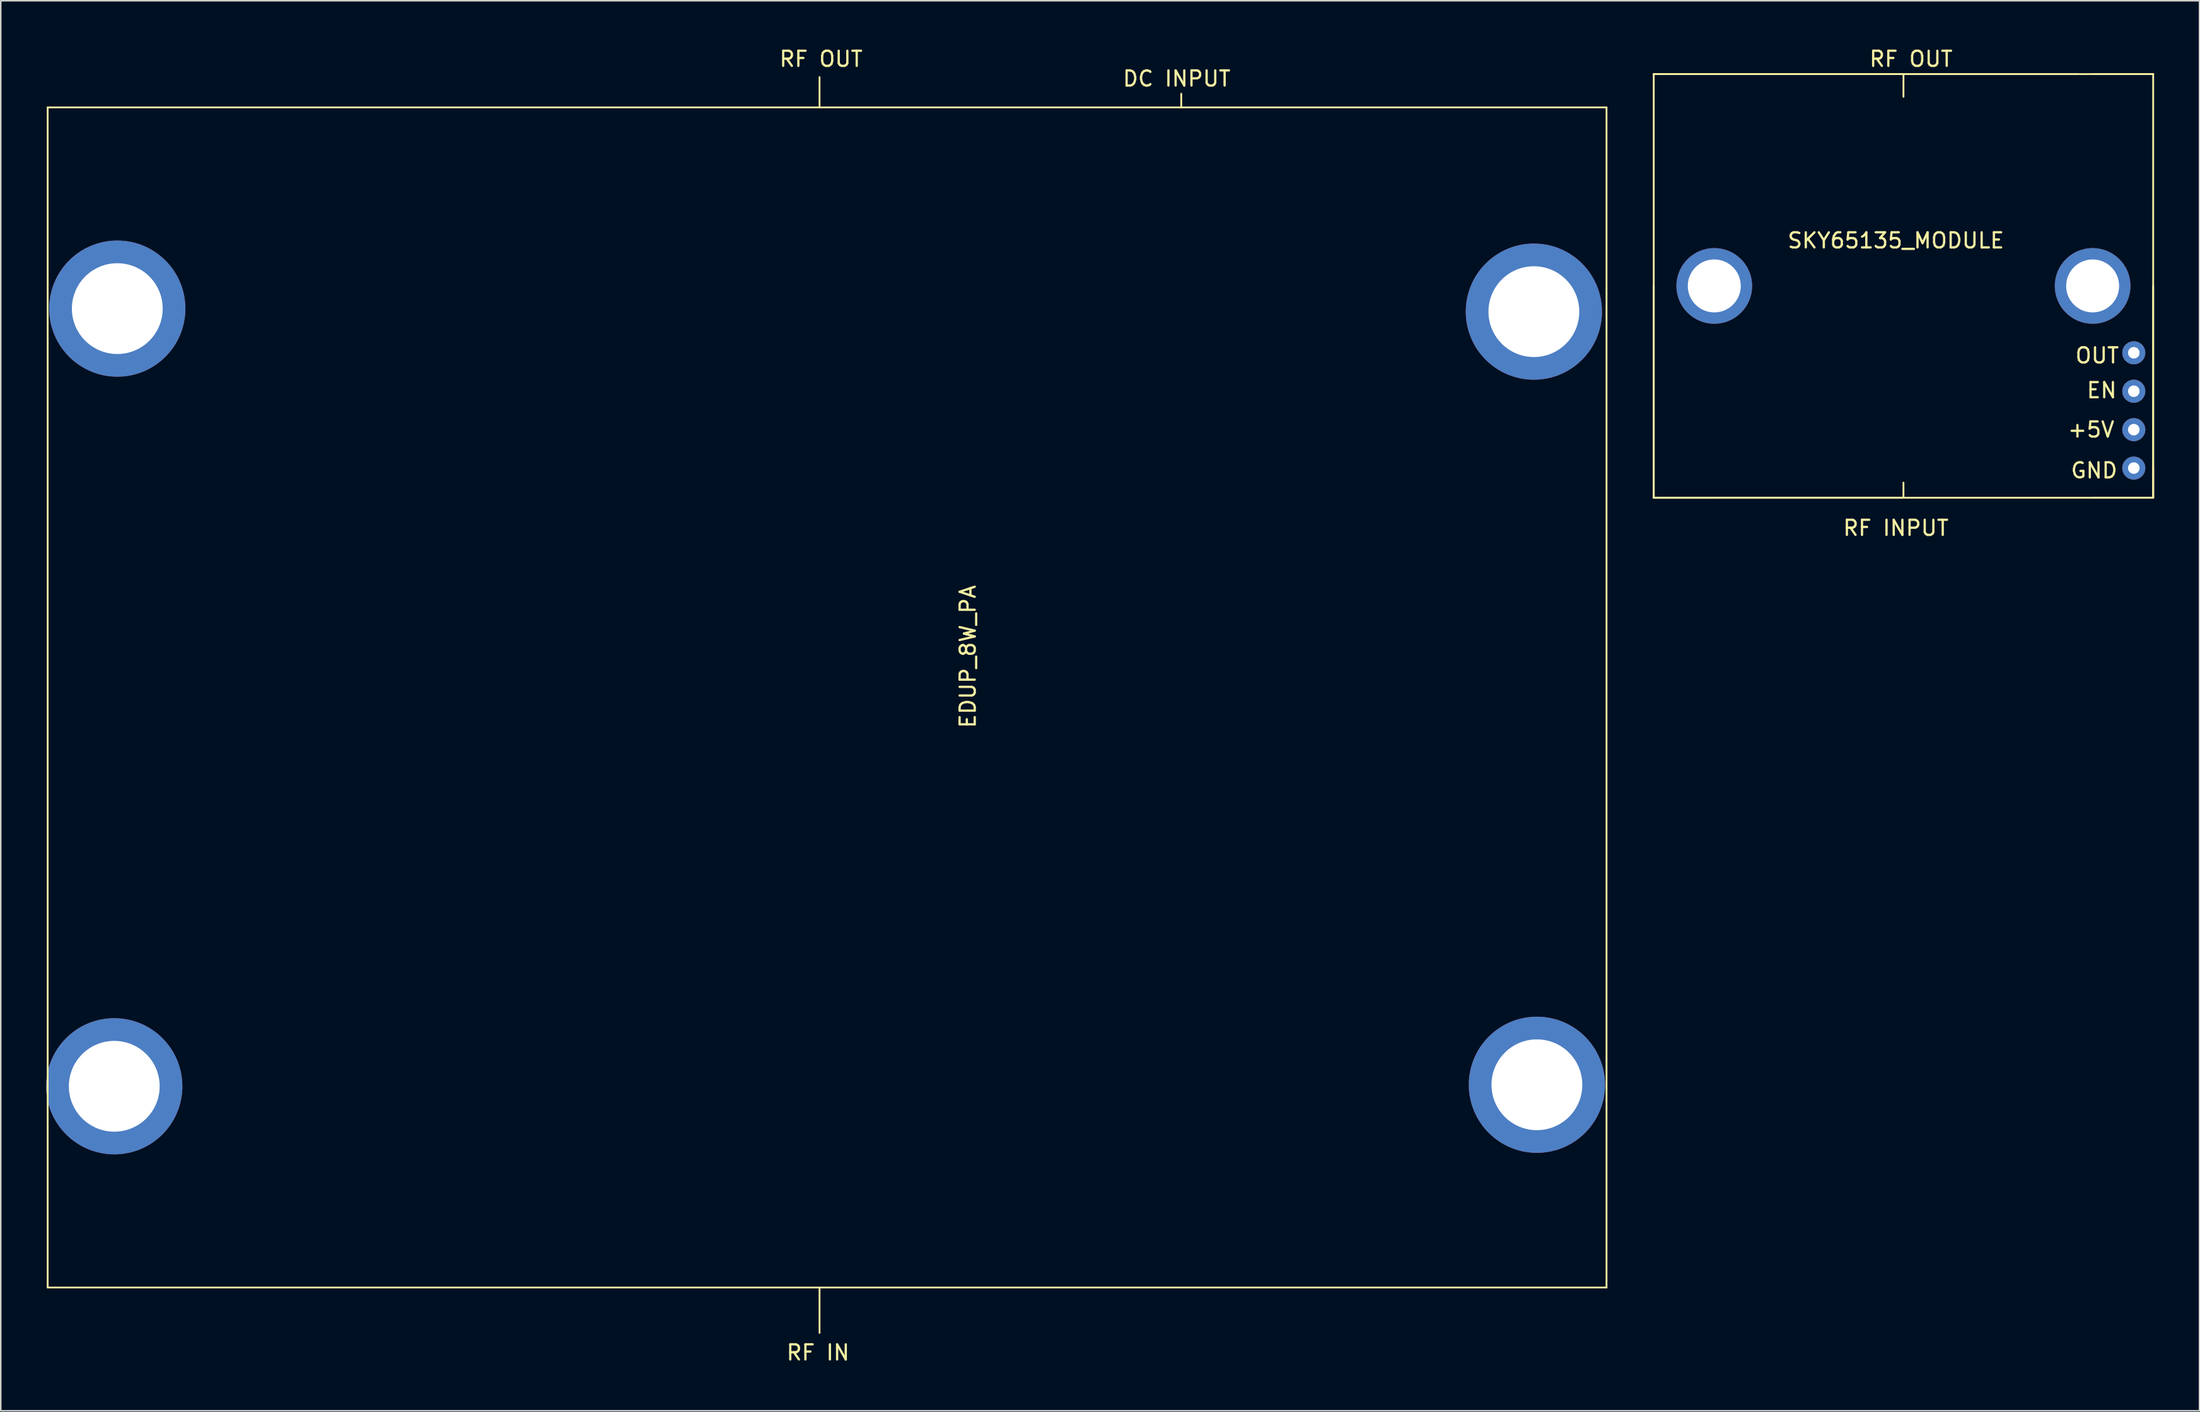
<source format=kicad_pcb>
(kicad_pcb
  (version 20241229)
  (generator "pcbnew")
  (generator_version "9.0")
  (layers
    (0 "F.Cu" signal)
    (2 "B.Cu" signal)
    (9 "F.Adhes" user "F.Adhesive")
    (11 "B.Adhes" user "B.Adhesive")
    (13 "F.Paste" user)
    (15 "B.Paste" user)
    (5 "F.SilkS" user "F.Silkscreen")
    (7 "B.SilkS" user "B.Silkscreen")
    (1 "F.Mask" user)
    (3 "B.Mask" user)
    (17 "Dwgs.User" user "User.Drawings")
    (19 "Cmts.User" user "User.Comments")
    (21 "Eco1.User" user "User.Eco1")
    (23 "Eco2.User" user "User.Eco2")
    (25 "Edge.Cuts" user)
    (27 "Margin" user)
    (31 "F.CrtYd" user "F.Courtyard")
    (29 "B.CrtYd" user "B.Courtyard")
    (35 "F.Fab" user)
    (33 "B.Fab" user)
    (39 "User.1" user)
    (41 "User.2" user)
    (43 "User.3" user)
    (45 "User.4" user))
  (footprint "EDUP_8W_PA"
    (layer "F.Cu")
    (at 57.7 40.848)
    (property "Reference" "EDUP_8W_PA" (at 3.2 -0.5 90) (layer "F.SilkS") (effects (font (size 1 1) (thickness 0.15))))
    (attr through_hole)
    (fp_line (start -57.6 -36.8) (end 45.4 -36.8) (stroke (width 0.12) (type solid)) (layer "F.SilkS"))
    (fp_line (start -57.6 41.2) (end -57.6 -36.8) (stroke (width 0.12) (type solid)) (layer "F.SilkS"))
    (fp_line (start -6.6 -38.8) (end -6.6 -36.8) (stroke (width 0.12) (type solid)) (layer "F.SilkS"))
    (fp_line (start -6.6 41.2) (end -6.6 44.2) (stroke (width 0.12) (type solid)) (layer "F.SilkS"))
    (fp_line (start 17.3 -37.7) (end 17.3 -36.8) (stroke (width 0.12) (type solid)) (layer "F.SilkS"))
    (fp_line (start 45.4 -36.8) (end 45.4 41.2) (stroke (width 0.12) (type solid)) (layer "F.SilkS"))
    (fp_line (start 45.4 41.2) (end -57.6 41.2) (stroke (width 0.12) (type solid)) (layer "F.SilkS"))
    (fp_text user "RF OUT" (at -6.5 -40 0) (layer "F.SilkS") (effects (font (size 1 1) (thickness 0.15))))
    (fp_text user "RF IN" (at -6.7 45.5 0) (layer "F.SilkS") (effects (font (size 1 1) (thickness 0.15))))
    (fp_text user "DC INPUT" (at 17 -38.7 0) (layer "F.SilkS") (effects (font (size 1 1) (thickness 0.15))))
    (pad "1" thru_hole circle (at 40.6 -23.3) (size 9 9) (drill 6) (layers "*.Cu" "*.Mask"))
    (pad "2" thru_hole circle (at 40.8 27.8) (size 9 9) (drill 6) (layers "*.Cu" "*.Mask"))
    (pad "3" thru_hole circle (at -53 -23.5) (size 9 9) (drill 6) (layers "*.Cu" "*.Mask"))
    (pad "4" thru_hole circle (at -53.2 27.9) (size 9 9) (drill 6) (layers "*.Cu" "*.Mask")))
  (footprint "SKY65135_MODULE"
    (layer "F.Cu")
    (at 123.22 9.848)
    (property "Reference" "SKY65135_MODULE" (at -1 3 0) (layer "F.SilkS") (effects (font (size 1 1) (thickness 0.15))))
    (attr through_hole)
    (fp_line (start -17 -8) (end -13 -8) (stroke (width 0.12) (type solid)) (layer "F.SilkS"))
    (fp_line (start -17 -8) (end -0.5 -8) (stroke (width 0.12) (type solid)) (layer "F.SilkS"))
    (fp_line (start -17 -8) (end 11 -8) (stroke (width 0.12) (type solid)) (layer "F.SilkS"))
    (fp_line (start -17 -8) (end 16 -8) (stroke (width 0.12) (type solid)) (layer "F.SilkS"))
    (fp_line (start -17 20) (end -17 -8) (stroke (width 0.12) (type solid)) (layer "F.SilkS"))
    (fp_line (start -17 20) (end -17 6) (stroke (width 0.12) (type solid)) (layer "F.SilkS"))
    (fp_line (start -17 20) (end -13 20) (stroke (width 0.12) (type solid)) (layer "F.SilkS"))
    (fp_line (start -17 20) (end -0.5 20) (stroke (width 0.12) (type solid)) (layer "F.SilkS"))
    (fp_line (start -17 20) (end -0.5 20) (stroke (width 0.12) (type solid)) (layer "F.SilkS"))
    (fp_line (start -0.5 -8) (end -0.5 -6.5) (stroke (width 0.12) (type solid)) (layer "F.SilkS"))
    (fp_line (start -0.5 20) (end -0.5 19) (stroke (width 0.12) (type solid)) (layer "F.SilkS"))
    (fp_line (start 16 -8) (end 12 -8) (stroke (width 0.12) (type solid)) (layer "F.SilkS"))
    (fp_line (start 16 -8) (end 13 -8) (stroke (width 0.12) (type solid)) (layer "F.SilkS"))
    (fp_line (start 16 -8) (end 16 20) (stroke (width 0.12) (type solid)) (layer "F.SilkS"))
    (fp_line (start 16 20) (end -17 20) (stroke (width 0.12) (type solid)) (layer "F.SilkS"))
    (fp_line (start 16 20) (end 12 20) (stroke (width 0.12) (type solid)) (layer "F.SilkS"))
    (fp_line (start 16 20) (end 16 6) (stroke (width 0.12) (type solid)) (layer "F.SilkS"))
    (fp_line (start 16 20) (end 16 18) (stroke (width 0.12) (type solid)) (layer "F.SilkS"))
    (fp_text user "GND" (at 12.1 18.2 0) (layer "F.SilkS") (effects (font (size 1 1) (thickness 0.15))))
    (fp_text user "RF OUT" (at 0 -9 0) (layer "F.SilkS") (effects (font (size 1 1) (thickness 0.15))))
    (fp_text user "+5V" (at 11.9 15.5 0) (layer "F.SilkS") (effects (font (size 1 1) (thickness 0.15))))
    (fp_text user "OUT" (at 12.3 10.6 0) (layer "F.SilkS") (effects (font (size 1 1) (thickness 0.15))))
    (fp_text user "EN" (at 12.6 12.9 0) (layer "F.SilkS") (effects (font (size 1 1) (thickness 0.15))))
    (fp_text user "RF INPUT" (at -1 22 0) (layer "F.SilkS") (effects (font (size 1 1) (thickness 0.15))))
    (pad "1" thru_hole circle (at 14.72 10.42) (size 1.524 1.524) (drill 0.762) (layers "*.Cu" "*.Mask"))
    (pad "2" thru_hole circle (at 14.72 12.96) (size 1.524 1.524) (drill 0.762) (layers "*.Cu" "*.Mask"))
    (pad "3" thru_hole circle (at 14.72 15.5) (size 1.524 1.524) (drill 0.762) (layers "*.Cu" "*.Mask"))
    (pad "4" thru_hole circle (at 14.72 18.04) (size 1.524 1.524) (drill 0.762) (layers "*.Cu" "*.Mask"))
    (pad "5" thru_hole circle (at -13 6) (size 5 5) (drill 3.5) (layers "*.Cu" "*.Mask"))
    (pad "6" thru_hole circle (at 12 6) (size 5 5) (drill 3.5) (layers "*.Cu" "*.Mask")))
  (gr_rect
    (start -3 -3)
    (end 142.28 90.197)
    (stroke (width 0.1) (type default))
    (fill no)
    (layer "Edge.Cuts")))
</source>
